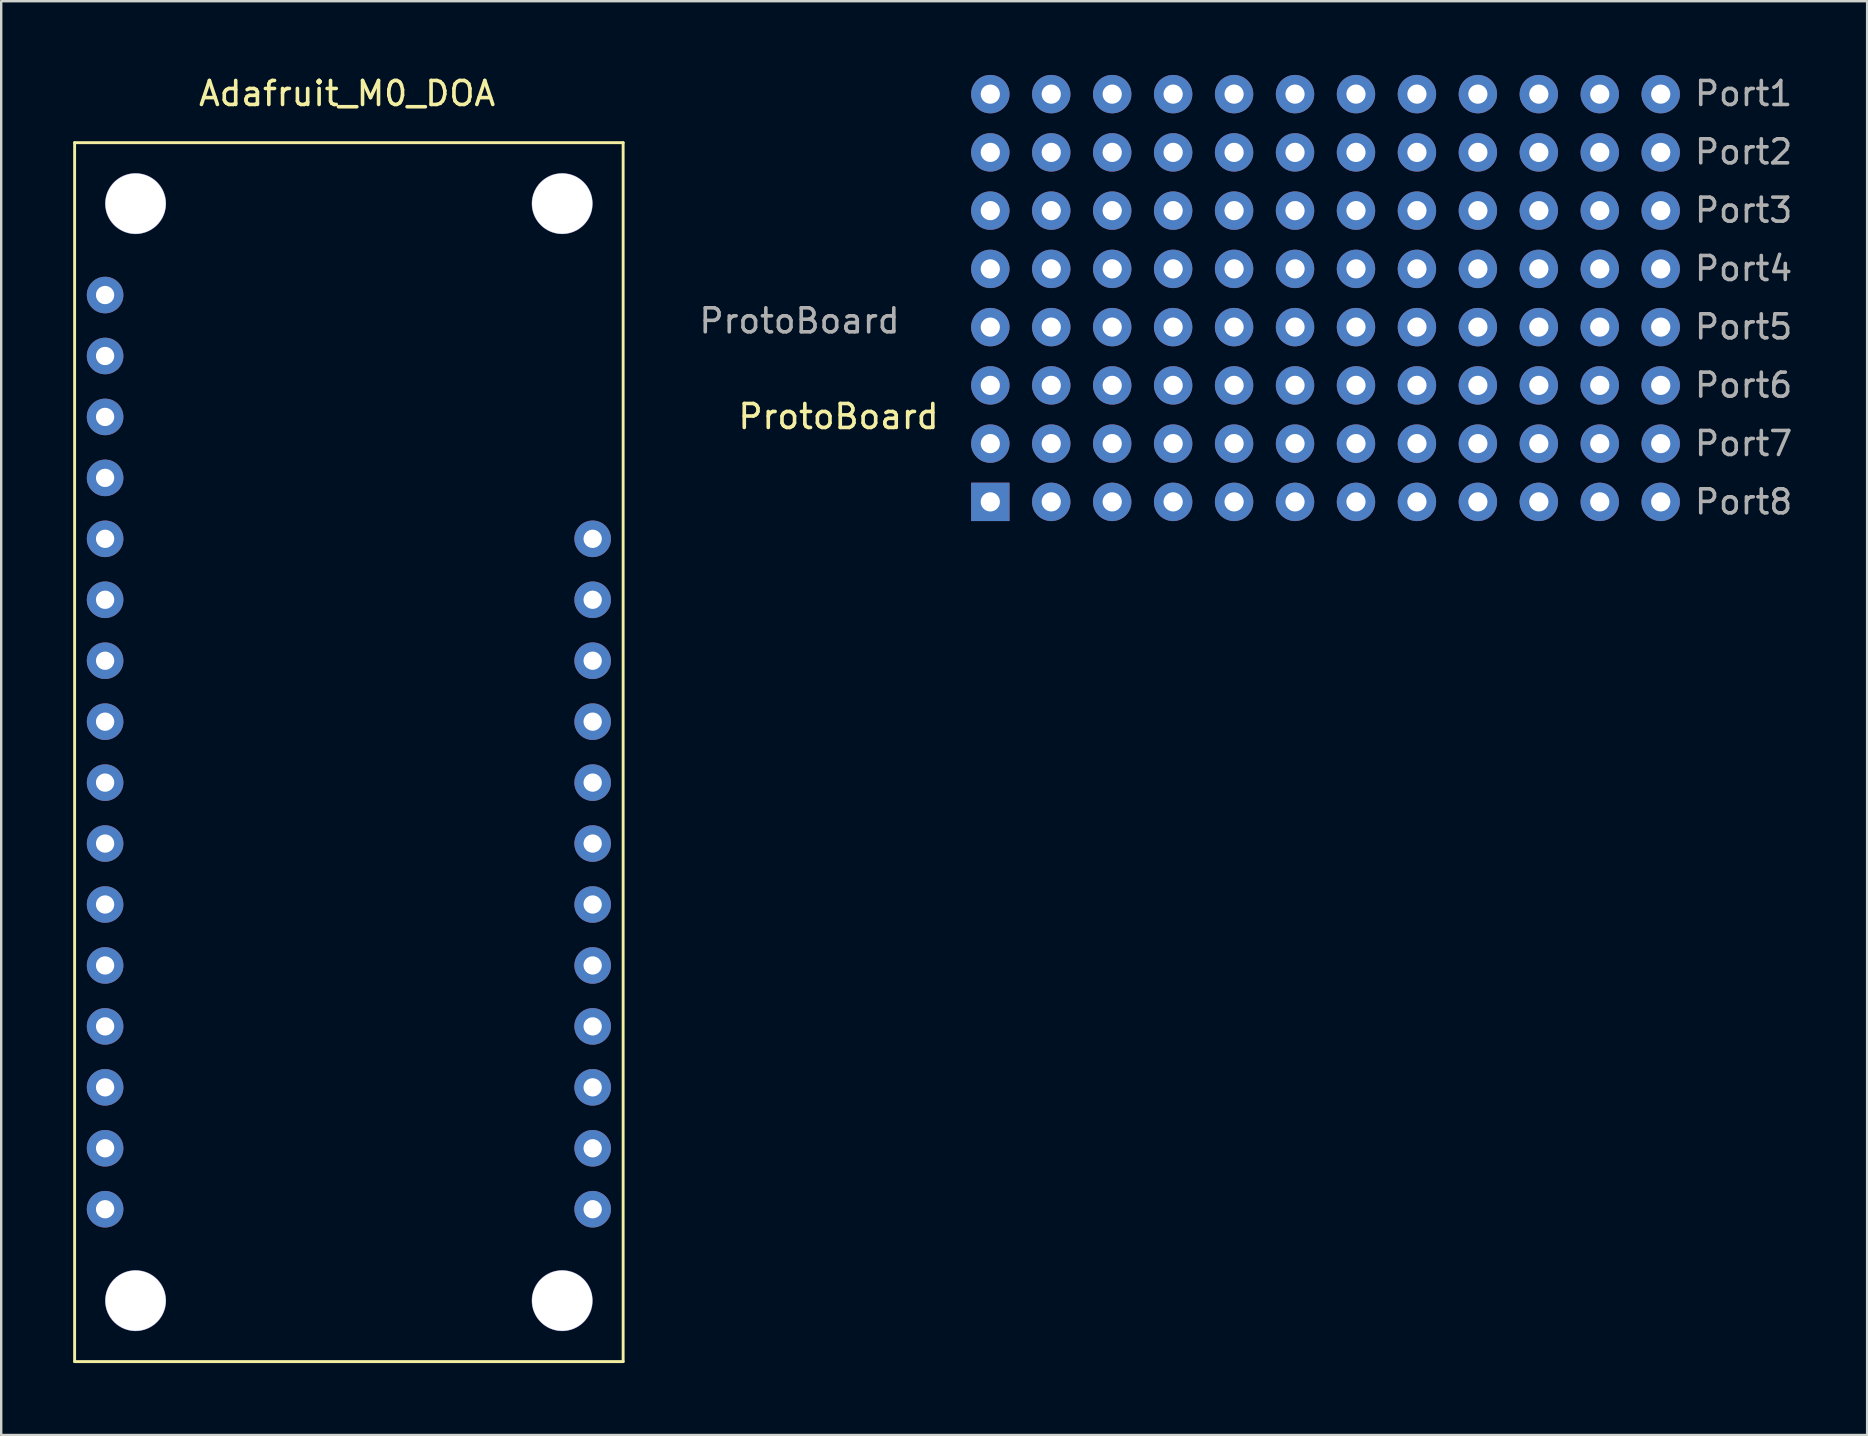
<source format=kicad_pcb>
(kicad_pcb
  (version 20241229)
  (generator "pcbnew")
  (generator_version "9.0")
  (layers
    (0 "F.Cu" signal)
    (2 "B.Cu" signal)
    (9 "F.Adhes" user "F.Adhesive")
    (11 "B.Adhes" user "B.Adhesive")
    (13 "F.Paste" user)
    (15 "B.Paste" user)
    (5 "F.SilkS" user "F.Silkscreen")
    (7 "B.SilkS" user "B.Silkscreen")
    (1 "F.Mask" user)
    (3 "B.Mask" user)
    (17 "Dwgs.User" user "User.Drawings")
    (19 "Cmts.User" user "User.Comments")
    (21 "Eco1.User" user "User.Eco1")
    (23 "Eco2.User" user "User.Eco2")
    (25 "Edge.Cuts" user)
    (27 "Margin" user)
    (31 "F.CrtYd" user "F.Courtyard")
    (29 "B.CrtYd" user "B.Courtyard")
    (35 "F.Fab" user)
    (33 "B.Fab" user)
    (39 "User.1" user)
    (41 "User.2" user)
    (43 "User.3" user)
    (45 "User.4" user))
  (footprint "ProtoBoard"
    (layer "F.Cu")
    (at 38.222 17.866)
    (property "Reference" "ProtoBoard" (at -6.325 -3.556 0) (layer "F.SilkS") (effects (font (size 1 1) (thickness 0.15))))
    (attr through_hole)
    (fp_text user "Port8" (at 31.394 0 0) (layer "F.Fab") (effects (font (size 1 1) (thickness 0.15))))
    (fp_text user "Port5" (at 31.394 -7.293 0) (layer "F.Fab") (effects (font (size 1 1) (thickness 0.15))))
    (fp_text user "${REFERENCE}" (at -7.95 -7.544 0) (layer "F.Fab") (effects (font (size 1 1) (thickness 0.15))))
    (fp_text user "Port7" (at 31.394 -2.431 0) (layer "F.Fab") (effects (font (size 1 1) (thickness 0.15))))
    (fp_text user "Port2" (at 31.394 -14.587 0) (layer "F.Fab") (effects (font (size 1 1) (thickness 0.15))))
    (fp_text user "Port1" (at 31.394 -17.018 0) (layer "F.Fab") (effects (font (size 1 1) (thickness 0.15))))
    (fp_text user "Port3" (at 31.394 -12.156 0) (layer "F.Fab") (effects (font (size 1 1) (thickness 0.15))))
    (fp_text user "Port4" (at 31.394 -9.725 0) (layer "F.Fab") (effects (font (size 1 1) (thickness 0.15))))
    (fp_text user "Port6" (at 31.394 -4.862 0) (layer "F.Fab") (effects (font (size 1 1) (thickness 0.15))))
    (pad "1" thru_hole circle (at 0 -16.993) (size 1.6 1.6) (drill 0.8) (layers "*.Cu" "*.Mask"))
    (pad "1" thru_hole circle (at 0 -14.565) (size 1.6 1.6) (drill 0.8) (layers "*.Cu" "*.Mask"))
    (pad "1" thru_hole circle (at 0 -12.138) (size 1.6 1.6) (drill 0.8) (layers "*.Cu" "*.Mask"))
    (pad "1" thru_hole circle (at 0 -9.71) (size 1.6 1.6) (drill 0.8) (layers "*.Cu" "*.Mask"))
    (pad "1" thru_hole circle (at 0 -7.283) (size 1.6 1.6) (drill 0.8) (layers "*.Cu" "*.Mask"))
    (pad "1" thru_hole circle (at 0 -4.855) (size 1.6 1.6) (drill 0.8) (layers "*.Cu" "*.Mask"))
    (pad "1" thru_hole circle (at 0 -2.428) (size 1.6 1.6) (drill 0.8) (layers "*.Cu" "*.Mask"))
    (pad "1" thru_hole rect (at 0 0) (size 1.6 1.6) (drill 0.8) (layers "*.Cu" "*.Mask"))
    (pad "2" thru_hole oval (at 2.54 -16.993) (size 1.6 1.6) (drill 0.8) (layers "*.Cu" "*.Mask"))
    (pad "2" thru_hole oval (at 2.54 -14.565) (size 1.6 1.6) (drill 0.8) (layers "*.Cu" "*.Mask"))
    (pad "2" thru_hole oval (at 2.54 -12.138) (size 1.6 1.6) (drill 0.8) (layers "*.Cu" "*.Mask"))
    (pad "2" thru_hole oval (at 2.54 -9.71) (size 1.6 1.6) (drill 0.8) (layers "*.Cu" "*.Mask"))
    (pad "2" thru_hole oval (at 2.54 -7.283) (size 1.6 1.6) (drill 0.8) (layers "*.Cu" "*.Mask"))
    (pad "2" thru_hole oval (at 2.54 -4.855) (size 1.6 1.6) (drill 0.8) (layers "*.Cu" "*.Mask"))
    (pad "2" thru_hole oval (at 2.54 -2.428) (size 1.6 1.6) (drill 0.8) (layers "*.Cu" "*.Mask"))
    (pad "2" thru_hole oval (at 2.54 0) (size 1.6 1.6) (drill 0.8) (layers "*.Cu" "*.Mask"))
    (pad "3" thru_hole oval (at 5.08 -16.993) (size 1.6 1.6) (drill 0.8) (layers "*.Cu" "*.Mask"))
    (pad "3" thru_hole oval (at 5.08 -14.565) (size 1.6 1.6) (drill 0.8) (layers "*.Cu" "*.Mask"))
    (pad "3" thru_hole oval (at 5.08 -12.138) (size 1.6 1.6) (drill 0.8) (layers "*.Cu" "*.Mask"))
    (pad "3" thru_hole oval (at 5.08 -9.71) (size 1.6 1.6) (drill 0.8) (layers "*.Cu" "*.Mask"))
    (pad "3" thru_hole oval (at 5.08 -7.283) (size 1.6 1.6) (drill 0.8) (layers "*.Cu" "*.Mask"))
    (pad "3" thru_hole oval (at 5.08 -4.855) (size 1.6 1.6) (drill 0.8) (layers "*.Cu" "*.Mask"))
    (pad "3" thru_hole oval (at 5.08 -2.428) (size 1.6 1.6) (drill 0.8) (layers "*.Cu" "*.Mask"))
    (pad "3" thru_hole oval (at 5.08 0) (size 1.6 1.6) (drill 0.8) (layers "*.Cu" "*.Mask"))
    (pad "4" thru_hole oval (at 7.62 -16.993) (size 1.6 1.6) (drill 0.8) (layers "*.Cu" "*.Mask"))
    (pad "4" thru_hole oval (at 7.62 -14.565) (size 1.6 1.6) (drill 0.8) (layers "*.Cu" "*.Mask"))
    (pad "4" thru_hole oval (at 7.62 -12.138) (size 1.6 1.6) (drill 0.8) (layers "*.Cu" "*.Mask"))
    (pad "4" thru_hole oval (at 7.62 -9.71) (size 1.6 1.6) (drill 0.8) (layers "*.Cu" "*.Mask"))
    (pad "4" thru_hole oval (at 7.62 -7.283) (size 1.6 1.6) (drill 0.8) (layers "*.Cu" "*.Mask"))
    (pad "4" thru_hole oval (at 7.62 -4.855) (size 1.6 1.6) (drill 0.8) (layers "*.Cu" "*.Mask"))
    (pad "4" thru_hole oval (at 7.62 -2.428) (size 1.6 1.6) (drill 0.8) (layers "*.Cu" "*.Mask"))
    (pad "4" thru_hole oval (at 7.62 0) (size 1.6 1.6) (drill 0.8) (layers "*.Cu" "*.Mask"))
    (pad "5" thru_hole oval (at 10.16 -16.993) (size 1.6 1.6) (drill 0.8) (layers "*.Cu" "*.Mask"))
    (pad "5" thru_hole oval (at 10.16 -14.565) (size 1.6 1.6) (drill 0.8) (layers "*.Cu" "*.Mask"))
    (pad "5" thru_hole oval (at 10.16 -12.138) (size 1.6 1.6) (drill 0.8) (layers "*.Cu" "*.Mask"))
    (pad "5" thru_hole oval (at 10.16 -9.71) (size 1.6 1.6) (drill 0.8) (layers "*.Cu" "*.Mask"))
    (pad "5" thru_hole oval (at 10.16 -7.283) (size 1.6 1.6) (drill 0.8) (layers "*.Cu" "*.Mask"))
    (pad "5" thru_hole oval (at 10.16 -4.855) (size 1.6 1.6) (drill 0.8) (layers "*.Cu" "*.Mask"))
    (pad "5" thru_hole oval (at 10.16 -2.428) (size 1.6 1.6) (drill 0.8) (layers "*.Cu" "*.Mask"))
    (pad "5" thru_hole oval (at 10.16 0) (size 1.6 1.6) (drill 0.8) (layers "*.Cu" "*.Mask"))
    (pad "6" thru_hole oval (at 12.7 -16.993) (size 1.6 1.6) (drill 0.8) (layers "*.Cu" "*.Mask"))
    (pad "6" thru_hole oval (at 12.7 -14.565) (size 1.6 1.6) (drill 0.8) (layers "*.Cu" "*.Mask"))
    (pad "6" thru_hole oval (at 12.7 -12.138) (size 1.6 1.6) (drill 0.8) (layers "*.Cu" "*.Mask"))
    (pad "6" thru_hole oval (at 12.7 -9.71) (size 1.6 1.6) (drill 0.8) (layers "*.Cu" "*.Mask"))
    (pad "6" thru_hole oval (at 12.7 -7.283) (size 1.6 1.6) (drill 0.8) (layers "*.Cu" "*.Mask"))
    (pad "6" thru_hole oval (at 12.7 -4.855) (size 1.6 1.6) (drill 0.8) (layers "*.Cu" "*.Mask"))
    (pad "6" thru_hole oval (at 12.7 -2.428) (size 1.6 1.6) (drill 0.8) (layers "*.Cu" "*.Mask"))
    (pad "6" thru_hole oval (at 12.7 0) (size 1.6 1.6) (drill 0.8) (layers "*.Cu" "*.Mask"))
    (pad "7" thru_hole oval (at 15.24 -16.993) (size 1.6 1.6) (drill 0.8) (layers "*.Cu" "*.Mask"))
    (pad "7" thru_hole oval (at 15.24 -14.565) (size 1.6 1.6) (drill 0.8) (layers "*.Cu" "*.Mask"))
    (pad "7" thru_hole oval (at 15.24 -12.138) (size 1.6 1.6) (drill 0.8) (layers "*.Cu" "*.Mask"))
    (pad "7" thru_hole oval (at 15.24 -9.71) (size 1.6 1.6) (drill 0.8) (layers "*.Cu" "*.Mask"))
    (pad "7" thru_hole oval (at 15.24 -7.283) (size 1.6 1.6) (drill 0.8) (layers "*.Cu" "*.Mask"))
    (pad "7" thru_hole oval (at 15.24 -4.855) (size 1.6 1.6) (drill 0.8) (layers "*.Cu" "*.Mask"))
    (pad "7" thru_hole oval (at 15.24 -2.428) (size 1.6 1.6) (drill 0.8) (layers "*.Cu" "*.Mask"))
    (pad "7" thru_hole oval (at 15.24 0) (size 1.6 1.6) (drill 0.8) (layers "*.Cu" "*.Mask"))
    (pad "8" thru_hole oval (at 17.78 -16.993) (size 1.6 1.6) (drill 0.8) (layers "*.Cu" "*.Mask"))
    (pad "8" thru_hole oval (at 17.78 -14.565) (size 1.6 1.6) (drill 0.8) (layers "*.Cu" "*.Mask"))
    (pad "8" thru_hole oval (at 17.78 -12.138) (size 1.6 1.6) (drill 0.8) (layers "*.Cu" "*.Mask"))
    (pad "8" thru_hole oval (at 17.78 -9.71) (size 1.6 1.6) (drill 0.8) (layers "*.Cu" "*.Mask"))
    (pad "8" thru_hole oval (at 17.78 -7.283) (size 1.6 1.6) (drill 0.8) (layers "*.Cu" "*.Mask"))
    (pad "8" thru_hole oval (at 17.78 -4.855) (size 1.6 1.6) (drill 0.8) (layers "*.Cu" "*.Mask"))
    (pad "8" thru_hole oval (at 17.78 -2.428) (size 1.6 1.6) (drill 0.8) (layers "*.Cu" "*.Mask"))
    (pad "8" thru_hole oval (at 17.78 0) (size 1.6 1.6) (drill 0.8) (layers "*.Cu" "*.Mask"))
    (pad "9" thru_hole oval (at 20.32 -16.993) (size 1.6 1.6) (drill 0.8) (layers "*.Cu" "*.Mask"))
    (pad "9" thru_hole oval (at 20.32 -14.565) (size 1.6 1.6) (drill 0.8) (layers "*.Cu" "*.Mask"))
    (pad "9" thru_hole oval (at 20.32 -12.138) (size 1.6 1.6) (drill 0.8) (layers "*.Cu" "*.Mask"))
    (pad "9" thru_hole oval (at 20.32 -9.71) (size 1.6 1.6) (drill 0.8) (layers "*.Cu" "*.Mask"))
    (pad "9" thru_hole oval (at 20.32 -7.283) (size 1.6 1.6) (drill 0.8) (layers "*.Cu" "*.Mask"))
    (pad "9" thru_hole oval (at 20.32 -4.855) (size 1.6 1.6) (drill 0.8) (layers "*.Cu" "*.Mask"))
    (pad "9" thru_hole oval (at 20.32 -2.428) (size 1.6 1.6) (drill 0.8) (layers "*.Cu" "*.Mask"))
    (pad "9" thru_hole oval (at 20.32 0) (size 1.6 1.6) (drill 0.8) (layers "*.Cu" "*.Mask"))
    (pad "10" thru_hole oval (at 22.86 -16.993) (size 1.6 1.6) (drill 0.8) (layers "*.Cu" "*.Mask"))
    (pad "10" thru_hole oval (at 22.86 -14.565) (size 1.6 1.6) (drill 0.8) (layers "*.Cu" "*.Mask"))
    (pad "10" thru_hole oval (at 22.86 -12.138) (size 1.6 1.6) (drill 0.8) (layers "*.Cu" "*.Mask"))
    (pad "10" thru_hole oval (at 22.86 -9.71) (size 1.6 1.6) (drill 0.8) (layers "*.Cu" "*.Mask"))
    (pad "10" thru_hole oval (at 22.86 -7.283) (size 1.6 1.6) (drill 0.8) (layers "*.Cu" "*.Mask"))
    (pad "10" thru_hole oval (at 22.86 -4.855) (size 1.6 1.6) (drill 0.8) (layers "*.Cu" "*.Mask"))
    (pad "10" thru_hole oval (at 22.86 -2.428) (size 1.6 1.6) (drill 0.8) (layers "*.Cu" "*.Mask"))
    (pad "10" thru_hole oval (at 22.86 0) (size 1.6 1.6) (drill 0.8) (layers "*.Cu" "*.Mask"))
    (pad "11" thru_hole oval (at 25.4 -16.993) (size 1.6 1.6) (drill 0.8) (layers "*.Cu" "*.Mask"))
    (pad "11" thru_hole oval (at 25.4 -14.565) (size 1.6 1.6) (drill 0.8) (layers "*.Cu" "*.Mask"))
    (pad "11" thru_hole oval (at 25.4 -12.138) (size 1.6 1.6) (drill 0.8) (layers "*.Cu" "*.Mask"))
    (pad "11" thru_hole oval (at 25.4 -9.71) (size 1.6 1.6) (drill 0.8) (layers "*.Cu" "*.Mask"))
    (pad "11" thru_hole oval (at 25.4 -7.283) (size 1.6 1.6) (drill 0.8) (layers "*.Cu" "*.Mask"))
    (pad "11" thru_hole oval (at 25.4 -4.855) (size 1.6 1.6) (drill 0.8) (layers "*.Cu" "*.Mask"))
    (pad "11" thru_hole oval (at 25.4 -2.428) (size 1.6 1.6) (drill 0.8) (layers "*.Cu" "*.Mask"))
    (pad "11" thru_hole oval (at 25.4 0) (size 1.6 1.6) (drill 0.8) (layers "*.Cu" "*.Mask"))
    (pad "12" thru_hole oval (at 27.94 -16.993) (size 1.6 1.6) (drill 0.8) (layers "*.Cu" "*.Mask"))
    (pad "12" thru_hole oval (at 27.94 -14.565) (size 1.6 1.6) (drill 0.8) (layers "*.Cu" "*.Mask"))
    (pad "12" thru_hole oval (at 27.94 -12.138) (size 1.6 1.6) (drill 0.8) (layers "*.Cu" "*.Mask"))
    (pad "12" thru_hole oval (at 27.94 -9.71) (size 1.6 1.6) (drill 0.8) (layers "*.Cu" "*.Mask"))
    (pad "12" thru_hole oval (at 27.94 -7.283) (size 1.6 1.6) (drill 0.8) (layers "*.Cu" "*.Mask"))
    (pad "12" thru_hole oval (at 27.94 -4.855) (size 1.6 1.6) (drill 0.8) (layers "*.Cu" "*.Mask"))
    (pad "12" thru_hole oval (at 27.94 -2.428) (size 1.6 1.6) (drill 0.8) (layers "*.Cu" "*.Mask"))
    (pad "12" thru_hole oval (at 27.94 0) (size 1.6 1.6) (drill 0.8) (layers "*.Cu" "*.Mask")))
  (footprint "Adafruit_M0_DOA"
    (layer "F.Cu")
    (at 11.49 28.296)
    (property "Reference" "Adafruit_M0_DOA" (at -0.074 -27.448 0) (layer "F.SilkS") (effects (font (size 1 1) (thickness 0.15))))
    (attr through_hole)
    (fp_line (start -11.43 -25.4) (end 11.43 -25.4) (stroke (width 0.12) (type solid)) (layer "F.SilkS"))
    (fp_line (start -11.43 25.4) (end -11.43 -25.4) (stroke (width 0.12) (type solid)) (layer "F.SilkS"))
    (fp_line (start -11.43 25.4) (end 11.43 25.4) (stroke (width 0.12) (type solid)) (layer "F.SilkS"))
    (fp_line (start 11.43 25.4) (end 11.43 -25.4) (stroke (width 0.12) (type solid)) (layer "F.SilkS"))
    (pad "1" thru_hole circle (at -10.16 19.05) (size 1.524 1.524) (drill 0.762) (layers "*.Cu" "*.Mask"))
    (pad "2" thru_hole circle (at -10.16 16.51) (size 1.524 1.524) (drill 0.762) (layers "*.Cu" "*.Mask"))
    (pad "3" thru_hole circle (at -10.16 13.97) (size 1.524 1.524) (drill 0.762) (layers "*.Cu" "*.Mask"))
    (pad "4" thru_hole circle (at -10.16 11.43) (size 1.524 1.524) (drill 0.762) (layers "*.Cu" "*.Mask"))
    (pad "5" thru_hole circle (at -10.16 8.89) (size 1.524 1.524) (drill 0.762) (layers "*.Cu" "*.Mask"))
    (pad "6" thru_hole circle (at -10.16 6.35) (size 1.524 1.524) (drill 0.762) (layers "*.Cu" "*.Mask"))
    (pad "7" thru_hole circle (at -10.16 3.81) (size 1.524 1.524) (drill 0.762) (layers "*.Cu" "*.Mask"))
    (pad "8" thru_hole circle (at -10.16 1.27) (size 1.524 1.524) (drill 0.762) (layers "*.Cu" "*.Mask"))
    (pad "9" thru_hole circle (at -10.16 -1.27) (size 1.524 1.524) (drill 0.762) (layers "*.Cu" "*.Mask"))
    (pad "10" thru_hole circle (at -10.16 -3.81) (size 1.524 1.524) (drill 0.762) (layers "*.Cu" "*.Mask"))
    (pad "11" thru_hole circle (at -10.16 -6.35) (size 1.524 1.524) (drill 0.762) (layers "*.Cu" "*.Mask"))
    (pad "12" thru_hole circle (at -10.16 -8.89) (size 1.524 1.524) (drill 0.762) (layers "*.Cu" "*.Mask"))
    (pad "13" thru_hole circle (at -10.16 -11.43) (size 1.524 1.524) (drill 0.762) (layers "*.Cu" "*.Mask"))
    (pad "14" thru_hole circle (at -10.16 -13.97) (size 1.524 1.524) (drill 0.762) (layers "*.Cu" "*.Mask"))
    (pad "15" thru_hole circle (at -10.16 -16.51) (size 1.524 1.524) (drill 0.762) (layers "*.Cu" "*.Mask"))
    (pad "16" thru_hole circle (at -10.16 -19.05) (size 1.524 1.524) (drill 0.762) (layers "*.Cu" "*.Mask"))
    (pad "17" thru_hole circle (at 10.16 19.05) (size 1.524 1.524) (drill 0.762) (layers "*.Cu" "*.Mask"))
    (pad "18" thru_hole circle (at 10.16 16.51) (size 1.524 1.524) (drill 0.762) (layers "*.Cu" "*.Mask"))
    (pad "19" thru_hole circle (at 10.16 13.97) (size 1.524 1.524) (drill 0.762) (layers "*.Cu" "*.Mask"))
    (pad "20" thru_hole circle (at 10.16 11.43) (size 1.524 1.524) (drill 0.762) (layers "*.Cu" "*.Mask"))
    (pad "21" thru_hole circle (at 10.16 8.89) (size 1.524 1.524) (drill 0.762) (layers "*.Cu" "*.Mask"))
    (pad "22" thru_hole circle (at 10.16 6.35) (size 1.524 1.524) (drill 0.762) (layers "*.Cu" "*.Mask"))
    (pad "23" thru_hole circle (at 10.16 3.81) (size 1.524 1.524) (drill 0.762) (layers "*.Cu" "*.Mask"))
    (pad "24" thru_hole circle (at 10.16 1.27) (size 1.524 1.524) (drill 0.762) (layers "*.Cu" "*.Mask"))
    (pad "25" thru_hole circle (at 10.16 -1.27) (size 1.524 1.524) (drill 0.762) (layers "*.Cu" "*.Mask"))
    (pad "26" thru_hole circle (at 10.16 -3.81) (size 1.524 1.524) (drill 0.762) (layers "*.Cu" "*.Mask"))
    (pad "27" thru_hole circle (at 10.16 -6.35) (size 1.524 1.524) (drill 0.762) (layers "*.Cu" "*.Mask"))
    (pad "28" thru_hole circle (at 10.16 -8.89) (size 1.524 1.524) (drill 0.762) (layers "*.Cu" "*.Mask"))
    (pad "29" thru_hole circle (at -8.89 -22.86) (size 2.54 2.54) (drill 2.515) (layers "*.Cu" "*.Mask"))
    (pad "29" thru_hole circle (at -8.89 22.86) (size 2.54 2.54) (drill 2.515) (layers "*.Cu" "*.Mask"))
    (pad "29" thru_hole circle (at 8.89 -22.86) (size 2.54 2.54) (drill 2.515) (layers "*.Cu" "*.Mask"))
    (pad "29" thru_hole circle (at 8.89 22.86) (size 2.54 2.54) (drill 2.515) (layers "*.Cu" "*.Mask")))
  (gr_rect
    (start -3 -3)
    (end 74.765 56.756)
    (stroke (width 0.1) (type default))
    (fill no)
    (layer "Edge.Cuts")))
</source>
